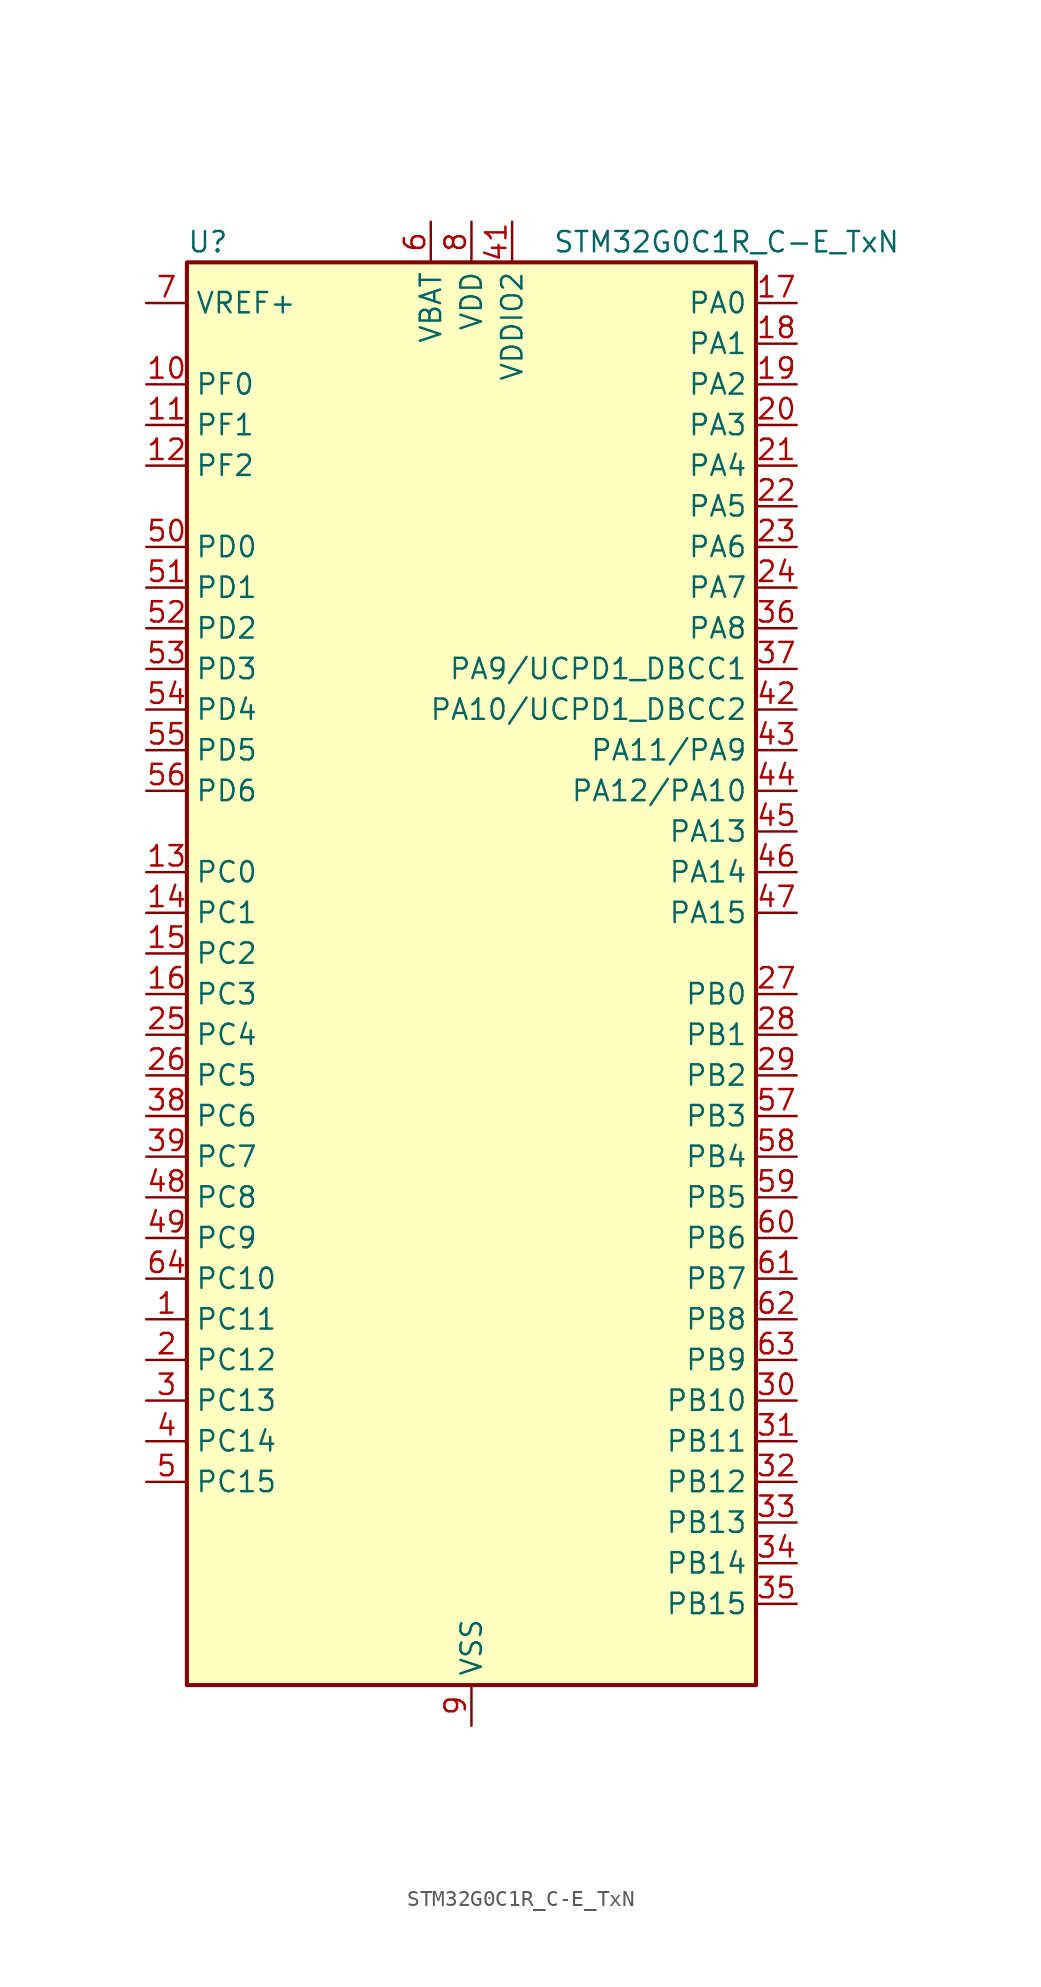
<source format=kicad_sym>
(kicad_symbol_lib
  (version 20220914)
  (generator kicad_symbol_editor)
  (symbol "STM32G0C1R_C-E_TxN"
    (property "Reference" "U"
      (at -17.78 46.99 0)
      (effects (font (size 1.27 1.27)) (justify left)))
    (property "Value" "STM32G0C1R_C-E_TxN"
      (at 5.08 46.99 0)
      (effects (font (size 1.27 1.27)) (justify left)))
    (property "ki_locked" ""
      (at 0 0 0)
      (effects (font (size 1.27 1.27))))
    (symbol "STM32G0C1R_C-E_TxN_0_1"
      (rectangle (start -17.78 -43.18) (end 17.78 45.72) (stroke (width 0.254) (type default)) (fill (type background))))
    (symbol "STM32G0C1R_C-E_TxN_1_1"
      (pin bidirectional line (at -20.32 -20.32 0) (length 2.54) (name "PC11" (effects (font (size 1.27 1.27)))) (number "1" (effects (font (size 1.27 1.27)))) (alternate "ADC1_EXTI11" bidirectional line) (alternate "SPI3_MISO" bidirectional line) (alternate "TIM1_CH4" bidirectional line) (alternate "USART3_RX" bidirectional line) (alternate "USART4_RX" bidirectional line))
      (pin bidirectional line (at -20.32 38.1 0) (length 2.54) (name "PF0" (effects (font (size 1.27 1.27)))) (number "10" (effects (font (size 1.27 1.27)))) (alternate "CRS1_SYNC" bidirectional line) (alternate "RCC_OSC_IN" bidirectional line) (alternate "TIM14_CH1" bidirectional line))
      (pin bidirectional line (at -20.32 35.56 0) (length 2.54) (name "PF1" (effects (font (size 1.27 1.27)))) (number "11" (effects (font (size 1.27 1.27)))) (alternate "RCC_OSC_EN" bidirectional line) (alternate "RCC_OSC_OUT" bidirectional line) (alternate "TIM15_CH1N" bidirectional line))
      (pin bidirectional line (at -20.32 33.02 0) (length 2.54) (name "PF2" (effects (font (size 1.27 1.27)))) (number "12" (effects (font (size 1.27 1.27)))) (alternate "LPUART2_DE" bidirectional line) (alternate "LPUART2_RTS" bidirectional line) (alternate "LPUART2_TX" bidirectional line) (alternate "RCC_MCO" bidirectional line))
      (pin bidirectional line (at -20.32 7.62 0) (length 2.54) (name "PC0" (effects (font (size 1.27 1.27)))) (number "13" (effects (font (size 1.27 1.27)))) (alternate "COMP3_INM" bidirectional line) (alternate "COMP3_OUT" bidirectional line) (alternate "I2C3_SCL" bidirectional line) (alternate "LPTIM1_IN1" bidirectional line) (alternate "LPTIM2_IN1" bidirectional line) (alternate "LPUART1_RX" bidirectional line) (alternate "LPUART2_TX" bidirectional line) (alternate "USART6_TX" bidirectional line))
      (pin bidirectional line (at -20.32 5.08 0) (length 2.54) (name "PC1" (effects (font (size 1.27 1.27)))) (number "14" (effects (font (size 1.27 1.27)))) (alternate "COMP3_INP" bidirectional line) (alternate "I2C3_SDA" bidirectional line) (alternate "LPTIM1_OUT" bidirectional line) (alternate "LPUART1_TX" bidirectional line) (alternate "LPUART2_RX" bidirectional line) (alternate "TIM15_CH1" bidirectional line) (alternate "USART6_RX" bidirectional line))
      (pin bidirectional line (at -20.32 2.54 0) (length 2.54) (name "PC2" (effects (font (size 1.27 1.27)))) (number "15" (effects (font (size 1.27 1.27)))) (alternate "COMP3_OUT" bidirectional line) (alternate "FDCAN2_RX" bidirectional line) (alternate "I2S2_MCK" bidirectional line) (alternate "LPTIM1_IN2" bidirectional line) (alternate "SPI2_MISO" bidirectional line) (alternate "TIM15_CH2" bidirectional line))
      (pin bidirectional line (at -20.32 0 0) (length 2.54) (name "PC3" (effects (font (size 1.27 1.27)))) (number "16" (effects (font (size 1.27 1.27)))) (alternate "FDCAN2_TX" bidirectional line) (alternate "I2S2_SD" bidirectional line) (alternate "LPTIM1_ETR" bidirectional line) (alternate "LPTIM2_ETR" bidirectional line) (alternate "SPI2_MOSI" bidirectional line))
      (pin bidirectional line (at 20.32 43.18 180) (length 2.54) (name "PA0" (effects (font (size 1.27 1.27)))) (number "17" (effects (font (size 1.27 1.27)))) (alternate "ADC1_IN0" bidirectional line) (alternate "COMP1_INM" bidirectional line) (alternate "COMP1_OUT" bidirectional line) (alternate "I2S2_CK" bidirectional line) (alternate "LPTIM1_OUT" bidirectional line) (alternate "RTC_TAMP_IN2" bidirectional line) (alternate "SPI2_SCK" bidirectional line) (alternate "SYS_WKUP1" bidirectional line) (alternate "TIM2_CH1" bidirectional line) (alternate "TIM2_ETR" bidirectional line) (alternate "UCPD2_FRSTX1" bidirectional line) (alternate "UCPD2_FRSTX2" bidirectional line) (alternate "USART2_CTS" bidirectional line) (alternate "USART2_NSS" bidirectional line) (alternate "USART4_TX" bidirectional line))
      (pin bidirectional line (at 20.32 40.64 180) (length 2.54) (name "PA1" (effects (font (size 1.27 1.27)))) (number "18" (effects (font (size 1.27 1.27)))) (alternate "ADC1_IN1" bidirectional line) (alternate "COMP1_INP" bidirectional line) (alternate "I2C1_SMBA" bidirectional line) (alternate "I2S1_CK" bidirectional line) (alternate "SPI1_SCK" bidirectional line) (alternate "TIM15_CH1N" bidirectional line) (alternate "TIM2_CH2" bidirectional line) (alternate "USART2_CK" bidirectional line) (alternate "USART2_DE" bidirectional line) (alternate "USART2_RTS" bidirectional line) (alternate "USART4_RX" bidirectional line))
      (pin bidirectional line (at 20.32 38.1 180) (length 2.54) (name "PA2" (effects (font (size 1.27 1.27)))) (number "19" (effects (font (size 1.27 1.27)))) (alternate "ADC1_IN2" bidirectional line) (alternate "COMP2_INM" bidirectional line) (alternate "COMP2_OUT" bidirectional line) (alternate "I2S1_SD" bidirectional line) (alternate "LPUART1_TX" bidirectional line) (alternate "RCC_LSCO" bidirectional line) (alternate "SPI1_MOSI" bidirectional line) (alternate "SYS_WKUP4" bidirectional line) (alternate "TIM15_CH1" bidirectional line) (alternate "TIM2_CH3" bidirectional line) (alternate "UCPD1_FRSTX1" bidirectional line) (alternate "UCPD1_FRSTX2" bidirectional line) (alternate "USART2_TX" bidirectional line))
      (pin bidirectional line (at -20.32 -22.86 0) (length 2.54) (name "PC12" (effects (font (size 1.27 1.27)))) (number "2" (effects (font (size 1.27 1.27)))) (alternate "LPTIM1_IN1" bidirectional line) (alternate "SPI3_MOSI" bidirectional line) (alternate "TIM14_CH1" bidirectional line) (alternate "UCPD1_FRSTX1" bidirectional line) (alternate "UCPD1_FRSTX2" bidirectional line) (alternate "USART5_TX" bidirectional line))
      (pin bidirectional line (at 20.32 35.56 180) (length 2.54) (name "PA3" (effects (font (size 1.27 1.27)))) (number "20" (effects (font (size 1.27 1.27)))) (alternate "ADC1_IN3" bidirectional line) (alternate "COMP2_INP" bidirectional line) (alternate "I2S2_MCK" bidirectional line) (alternate "LPUART1_RX" bidirectional line) (alternate "SPI2_MISO" bidirectional line) (alternate "TIM15_CH2" bidirectional line) (alternate "TIM2_CH4" bidirectional line) (alternate "UCPD2_FRSTX1" bidirectional line) (alternate "UCPD2_FRSTX2" bidirectional line) (alternate "USART2_RX" bidirectional line))
      (pin bidirectional line (at 20.32 33.02 180) (length 2.54) (name "PA4" (effects (font (size 1.27 1.27)))) (number "21" (effects (font (size 1.27 1.27)))) (alternate "ADC1_IN4" bidirectional line) (alternate "DAC1_OUT1" bidirectional line) (alternate "I2S1_WS" bidirectional line) (alternate "I2S2_SD" bidirectional line) (alternate "LPTIM2_OUT" bidirectional line) (alternate "RTC_OUT2" bidirectional line) (alternate "SPI1_NSS" bidirectional line) (alternate "SPI2_MOSI" bidirectional line) (alternate "SPI3_NSS" bidirectional line) (alternate "TIM14_CH1" bidirectional line) (alternate "UCPD2_FRSTX1" bidirectional line) (alternate "UCPD2_FRSTX2" bidirectional line) (alternate "USART6_TX" bidirectional line) (alternate "USB_NOE" bidirectional line))
      (pin bidirectional line (at 20.32 30.48 180) (length 2.54) (name "PA5" (effects (font (size 1.27 1.27)))) (number "22" (effects (font (size 1.27 1.27)))) (alternate "ADC1_IN5" bidirectional line) (alternate "CEC" bidirectional line) (alternate "DAC1_OUT2" bidirectional line) (alternate "I2S1_CK" bidirectional line) (alternate "LPTIM2_ETR" bidirectional line) (alternate "SPI1_SCK" bidirectional line) (alternate "TIM2_CH1" bidirectional line) (alternate "TIM2_ETR" bidirectional line) (alternate "UCPD1_FRSTX1" bidirectional line) (alternate "UCPD1_FRSTX2" bidirectional line) (alternate "USART3_TX" bidirectional line) (alternate "USART6_RX" bidirectional line))
      (pin bidirectional line (at 20.32 27.94 180) (length 2.54) (name "PA6" (effects (font (size 1.27 1.27)))) (number "23" (effects (font (size 1.27 1.27)))) (alternate "ADC1_IN6" bidirectional line) (alternate "COMP1_OUT" bidirectional line) (alternate "I2C2_SDA" bidirectional line) (alternate "I2C3_SDA" bidirectional line) (alternate "I2S1_MCK" bidirectional line) (alternate "LPUART1_CTS" bidirectional line) (alternate "SPI1_MISO" bidirectional line) (alternate "TIM16_CH1" bidirectional line) (alternate "TIM1_BK" bidirectional line) (alternate "TIM3_CH1" bidirectional line) (alternate "USART3_CTS" bidirectional line) (alternate "USART3_NSS" bidirectional line) (alternate "USART6_CTS" bidirectional line) (alternate "USART6_NSS" bidirectional line))
      (pin bidirectional line (at 20.32 25.4 180) (length 2.54) (name "PA7" (effects (font (size 1.27 1.27)))) (number "24" (effects (font (size 1.27 1.27)))) (alternate "ADC1_IN7" bidirectional line) (alternate "COMP2_OUT" bidirectional line) (alternate "I2C2_SCL" bidirectional line) (alternate "I2C3_SCL" bidirectional line) (alternate "I2S1_SD" bidirectional line) (alternate "SPI1_MOSI" bidirectional line) (alternate "TIM14_CH1" bidirectional line) (alternate "TIM17_CH1" bidirectional line) (alternate "TIM1_CH1N" bidirectional line) (alternate "TIM3_CH2" bidirectional line) (alternate "UCPD1_FRSTX1" bidirectional line) (alternate "UCPD1_FRSTX2" bidirectional line) (alternate "USART6_CK" bidirectional line) (alternate "USART6_DE" bidirectional line) (alternate "USART6_RTS" bidirectional line))
      (pin bidirectional line (at -20.32 -2.54 0) (length 2.54) (name "PC4" (effects (font (size 1.27 1.27)))) (number "25" (effects (font (size 1.27 1.27)))) (alternate "ADC1_IN17" bidirectional line) (alternate "COMP1_INM" bidirectional line) (alternate "FDCAN1_RX" bidirectional line) (alternate "TIM2_CH1" bidirectional line) (alternate "TIM2_ETR" bidirectional line) (alternate "USART1_TX" bidirectional line) (alternate "USART3_TX" bidirectional line))
      (pin bidirectional line (at -20.32 -5.08 0) (length 2.54) (name "PC5" (effects (font (size 1.27 1.27)))) (number "26" (effects (font (size 1.27 1.27)))) (alternate "ADC1_IN18" bidirectional line) (alternate "COMP1_INP" bidirectional line) (alternate "FDCAN1_TX" bidirectional line) (alternate "SYS_WKUP5" bidirectional line) (alternate "TIM2_CH2" bidirectional line) (alternate "USART1_RX" bidirectional line) (alternate "USART3_RX" bidirectional line))
      (pin bidirectional line (at 20.32 0 180) (length 2.54) (name "PB0" (effects (font (size 1.27 1.27)))) (number "27" (effects (font (size 1.27 1.27)))) (alternate "ADC1_IN8" bidirectional line) (alternate "COMP1_OUT" bidirectional line) (alternate "COMP3_INP" bidirectional line) (alternate "FDCAN2_RX" bidirectional line) (alternate "I2S1_WS" bidirectional line) (alternate "LPTIM1_OUT" bidirectional line) (alternate "LPUART2_CTS" bidirectional line) (alternate "SPI1_NSS" bidirectional line) (alternate "TIM1_CH2N" bidirectional line) (alternate "TIM3_CH3" bidirectional line) (alternate "UCPD1_FRSTX1" bidirectional line) (alternate "UCPD1_FRSTX2" bidirectional line) (alternate "USART3_RX" bidirectional line) (alternate "USART5_TX" bidirectional line))
      (pin bidirectional line (at 20.32 -2.54 180) (length 2.54) (name "PB1" (effects (font (size 1.27 1.27)))) (number "28" (effects (font (size 1.27 1.27)))) (alternate "ADC1_IN9" bidirectional line) (alternate "COMP1_INM" bidirectional line) (alternate "COMP3_OUT" bidirectional line) (alternate "FDCAN2_TX" bidirectional line) (alternate "LPTIM2_IN1" bidirectional line) (alternate "LPUART1_DE" bidirectional line) (alternate "LPUART1_RTS" bidirectional line) (alternate "LPUART2_DE" bidirectional line) (alternate "LPUART2_RTS" bidirectional line) (alternate "TIM14_CH1" bidirectional line) (alternate "TIM1_CH3N" bidirectional line) (alternate "TIM3_CH4" bidirectional line) (alternate "USART3_CK" bidirectional line) (alternate "USART3_DE" bidirectional line) (alternate "USART3_RTS" bidirectional line) (alternate "USART5_RX" bidirectional line))
      (pin bidirectional line (at 20.32 -5.08 180) (length 2.54) (name "PB2" (effects (font (size 1.27 1.27)))) (number "29" (effects (font (size 1.27 1.27)))) (alternate "ADC1_IN10" bidirectional line) (alternate "COMP1_INP" bidirectional line) (alternate "COMP3_INM" bidirectional line) (alternate "I2S2_MCK" bidirectional line) (alternate "LPTIM1_OUT" bidirectional line) (alternate "RCC_MCO_2" bidirectional line) (alternate "SPI2_MISO" bidirectional line) (alternate "USART3_TX" bidirectional line))
      (pin bidirectional line (at -20.32 -25.4 0) (length 2.54) (name "PC13" (effects (font (size 1.27 1.27)))) (number "3" (effects (font (size 1.27 1.27)))) (alternate "RTC_OUT1" bidirectional line) (alternate "RTC_TAMP_IN1" bidirectional line) (alternate "RTC_TS" bidirectional line) (alternate "SYS_WKUP2" bidirectional line) (alternate "TIM1_BK" bidirectional line))
      (pin bidirectional line (at 20.32 -25.4 180) (length 2.54) (name "PB10" (effects (font (size 1.27 1.27)))) (number "30" (effects (font (size 1.27 1.27)))) (alternate "ADC1_IN11" bidirectional line) (alternate "CEC" bidirectional line) (alternate "COMP1_OUT" bidirectional line) (alternate "I2C2_SCL" bidirectional line) (alternate "I2S2_CK" bidirectional line) (alternate "LPUART1_RX" bidirectional line) (alternate "SPI2_SCK" bidirectional line) (alternate "TIM2_CH3" bidirectional line) (alternate "USART3_TX" bidirectional line))
      (pin bidirectional line (at 20.32 -27.94 180) (length 2.54) (name "PB11" (effects (font (size 1.27 1.27)))) (number "31" (effects (font (size 1.27 1.27)))) (alternate "ADC1_EXTI11" bidirectional line) (alternate "ADC1_IN15" bidirectional line) (alternate "COMP2_OUT" bidirectional line) (alternate "I2C2_SDA" bidirectional line) (alternate "I2S2_SD" bidirectional line) (alternate "LPUART1_TX" bidirectional line) (alternate "SPI2_MOSI" bidirectional line) (alternate "TIM2_CH4" bidirectional line) (alternate "USART3_RX" bidirectional line))
      (pin bidirectional line (at 20.32 -30.48 180) (length 2.54) (name "PB12" (effects (font (size 1.27 1.27)))) (number "32" (effects (font (size 1.27 1.27)))) (alternate "ADC1_IN16" bidirectional line) (alternate "FDCAN2_RX" bidirectional line) (alternate "I2C2_SMBA" bidirectional line) (alternate "I2S2_WS" bidirectional line) (alternate "LPUART1_DE" bidirectional line) (alternate "LPUART1_RTS" bidirectional line) (alternate "SPI2_NSS" bidirectional line) (alternate "TIM15_BK" bidirectional line) (alternate "TIM1_BK" bidirectional line) (alternate "UCPD2_FRSTX1" bidirectional line) (alternate "UCPD2_FRSTX2" bidirectional line))
      (pin bidirectional line (at 20.32 -33.02 180) (length 2.54) (name "PB13" (effects (font (size 1.27 1.27)))) (number "33" (effects (font (size 1.27 1.27)))) (alternate "FDCAN2_TX" bidirectional line) (alternate "I2C2_SCL" bidirectional line) (alternate "I2S2_CK" bidirectional line) (alternate "LPUART1_CTS" bidirectional line) (alternate "SPI2_SCK" bidirectional line) (alternate "TIM15_CH1N" bidirectional line) (alternate "TIM1_CH1N" bidirectional line) (alternate "USART3_CTS" bidirectional line) (alternate "USART3_NSS" bidirectional line))
      (pin bidirectional line (at 20.32 -35.56 180) (length 2.54) (name "PB14" (effects (font (size 1.27 1.27)))) (number "34" (effects (font (size 1.27 1.27)))) (alternate "I2C2_SDA" bidirectional line) (alternate "I2S2_MCK" bidirectional line) (alternate "SPI2_MISO" bidirectional line) (alternate "TIM15_CH1" bidirectional line) (alternate "TIM1_CH2N" bidirectional line) (alternate "UCPD1_FRSTX1" bidirectional line) (alternate "UCPD1_FRSTX2" bidirectional line) (alternate "USART3_CK" bidirectional line) (alternate "USART3_DE" bidirectional line) (alternate "USART3_RTS" bidirectional line) (alternate "USART6_CK" bidirectional line) (alternate "USART6_DE" bidirectional line) (alternate "USART6_RTS" bidirectional line))
      (pin bidirectional line (at 20.32 -38.1 180) (length 2.54) (name "PB15" (effects (font (size 1.27 1.27)))) (number "35" (effects (font (size 1.27 1.27)))) (alternate "I2S2_SD" bidirectional line) (alternate "RTC_REFIN" bidirectional line) (alternate "SPI2_MOSI" bidirectional line) (alternate "TIM15_CH1N" bidirectional line) (alternate "TIM15_CH2" bidirectional line) (alternate "TIM1_CH3N" bidirectional line) (alternate "UCPD1_CC2" bidirectional line) (alternate "USART6_CTS" bidirectional line) (alternate "USART6_NSS" bidirectional line))
      (pin bidirectional line (at 20.32 22.86 180) (length 2.54) (name "PA8" (effects (font (size 1.27 1.27)))) (number "36" (effects (font (size 1.27 1.27)))) (alternate "CRS1_SYNC" bidirectional line) (alternate "I2C2_SMBA" bidirectional line) (alternate "I2S2_WS" bidirectional line) (alternate "LPTIM2_OUT" bidirectional line) (alternate "RCC_MCO" bidirectional line) (alternate "SPI2_NSS" bidirectional line) (alternate "TIM1_CH1" bidirectional line) (alternate "UCPD1_CC1" bidirectional line))
      (pin bidirectional line (at 20.32 20.32 180) (length 2.54) (name "PA9/UCPD1_DBCC1" (effects (font (size 1.27 1.27)))) (number "37" (effects (font (size 1.27 1.27)))) (alternate "DAC1_EXTI9" bidirectional line) (alternate "I2C1_SCL" bidirectional line) (alternate "I2C2_SCL" bidirectional line) (alternate "I2S2_MCK" bidirectional line) (alternate "RCC_MCO" bidirectional line) (alternate "SPI2_MISO" bidirectional line) (alternate "TIM15_BK" bidirectional line) (alternate "TIM1_CH2" bidirectional line) (alternate "UCPD1_DBCC1" bidirectional line) (alternate "USART1_TX" bidirectional line))
      (pin bidirectional line (at -20.32 -7.62 0) (length 2.54) (name "PC6" (effects (font (size 1.27 1.27)))) (number "38" (effects (font (size 1.27 1.27)))) (alternate "LPUART2_TX" bidirectional line) (alternate "TIM2_CH3" bidirectional line) (alternate "TIM3_CH1" bidirectional line) (alternate "UCPD1_FRSTX1" bidirectional line) (alternate "UCPD1_FRSTX2" bidirectional line))
      (pin bidirectional line (at -20.32 -10.16 0) (length 2.54) (name "PC7" (effects (font (size 1.27 1.27)))) (number "39" (effects (font (size 1.27 1.27)))) (alternate "LPUART2_RX" bidirectional line) (alternate "TIM2_CH4" bidirectional line) (alternate "TIM3_CH2" bidirectional line) (alternate "UCPD2_FRSTX1" bidirectional line) (alternate "UCPD2_FRSTX2" bidirectional line))
      (pin bidirectional line (at -20.32 -27.94 0) (length 2.54) (name "PC14" (effects (font (size 1.27 1.27)))) (number "4" (effects (font (size 1.27 1.27)))) (alternate "RCC_OSC32_IN" bidirectional line) (alternate "TIM1_BK2" bidirectional line))
      (pin passive line (at 0 -45.72 90) (length 2.54) hide (name "VSS" (effects (font (size 1.27 1.27)))) (number "40" (effects (font (size 1.27 1.27)))))
      (pin power_in line (at 2.54 48.26 270) (length 2.54) (name "VDDIO2" (effects (font (size 1.27 1.27)))) (number "41" (effects (font (size 1.27 1.27)))))
      (pin bidirectional line (at 20.32 17.78 180) (length 2.54) (name "PA10/UCPD1_DBCC2" (effects (font (size 1.27 1.27)))) (number "42" (effects (font (size 1.27 1.27)))) (alternate "I2C1_SDA" bidirectional line) (alternate "I2C2_SDA" bidirectional line) (alternate "I2S2_SD" bidirectional line) (alternate "RCC_MCO_2" bidirectional line) (alternate "SPI2_MOSI" bidirectional line) (alternate "TIM17_BK" bidirectional line) (alternate "TIM1_CH3" bidirectional line) (alternate "UCPD1_DBCC2" bidirectional line) (alternate "USART1_RX" bidirectional line))
      (pin bidirectional line (at 20.32 15.24 180) (length 2.54) (name "PA11/PA9" (effects (font (size 1.27 1.27)))) (number "43" (effects (font (size 1.27 1.27)))) (alternate "ADC1_EXTI11" bidirectional line) (alternate "COMP1_OUT" bidirectional line) (alternate "FDCAN1_RX" bidirectional line) (alternate "I2C2_SCL" bidirectional line) (alternate "I2S1_MCK" bidirectional line) (alternate "SPI1_MISO" bidirectional line) (alternate "TIM1_BK2" bidirectional line) (alternate "TIM1_CH4" bidirectional line) (alternate "USART1_CTS" bidirectional line) (alternate "USART1_NSS" bidirectional line) (alternate "USB_DM" bidirectional line))
      (pin bidirectional line (at 20.32 12.7 180) (length 2.54) (name "PA12/PA10" (effects (font (size 1.27 1.27)))) (number "44" (effects (font (size 1.27 1.27)))) (alternate "COMP2_OUT" bidirectional line) (alternate "FDCAN1_TX" bidirectional line) (alternate "I2C2_SDA" bidirectional line) (alternate "I2S1_SD" bidirectional line) (alternate "I2S_CKIN" bidirectional line) (alternate "SPI1_MOSI" bidirectional line) (alternate "TIM1_ETR" bidirectional line) (alternate "USART1_CK" bidirectional line) (alternate "USART1_DE" bidirectional line) (alternate "USART1_RTS" bidirectional line) (alternate "USB_DP" bidirectional line))
      (pin bidirectional line (at 20.32 10.16 180) (length 2.54) (name "PA13" (effects (font (size 1.27 1.27)))) (number "45" (effects (font (size 1.27 1.27)))) (alternate "IR_OUT" bidirectional line) (alternate "LPUART2_RX" bidirectional line) (alternate "SYS_SWDIO" bidirectional line) (alternate "USB_NOE" bidirectional line))
      (pin bidirectional line (at 20.32 7.62 180) (length 2.54) (name "PA14" (effects (font (size 1.27 1.27)))) (number "46" (effects (font (size 1.27 1.27)))) (alternate "LPUART2_TX" bidirectional line) (alternate "SYS_SWCLK" bidirectional line) (alternate "USART2_TX" bidirectional line))
      (pin bidirectional line (at 20.32 5.08 180) (length 2.54) (name "PA15" (effects (font (size 1.27 1.27)))) (number "47" (effects (font (size 1.27 1.27)))) (alternate "I2C2_SMBA" bidirectional line) (alternate "I2S1_WS" bidirectional line) (alternate "RCC_MCO_2" bidirectional line) (alternate "SPI1_NSS" bidirectional line) (alternate "SPI3_NSS" bidirectional line) (alternate "TIM2_CH1" bidirectional line) (alternate "TIM2_ETR" bidirectional line) (alternate "USART2_RX" bidirectional line) (alternate "USART3_CK" bidirectional line) (alternate "USART3_DE" bidirectional line) (alternate "USART3_RTS" bidirectional line) (alternate "USART4_CK" bidirectional line) (alternate "USART4_DE" bidirectional line) (alternate "USART4_RTS" bidirectional line) (alternate "USB_NOE" bidirectional line))
      (pin bidirectional line (at -20.32 -12.7 0) (length 2.54) (name "PC8" (effects (font (size 1.27 1.27)))) (number "48" (effects (font (size 1.27 1.27)))) (alternate "LPUART2_CTS" bidirectional line) (alternate "TIM1_CH1" bidirectional line) (alternate "TIM3_CH3" bidirectional line) (alternate "UCPD2_FRSTX1" bidirectional line) (alternate "UCPD2_FRSTX2" bidirectional line))
      (pin bidirectional line (at -20.32 -15.24 0) (length 2.54) (name "PC9" (effects (font (size 1.27 1.27)))) (number "49" (effects (font (size 1.27 1.27)))) (alternate "DAC1_EXTI9" bidirectional line) (alternate "I2S_CKIN" bidirectional line) (alternate "LPUART2_DE" bidirectional line) (alternate "LPUART2_RTS" bidirectional line) (alternate "TIM1_CH2" bidirectional line) (alternate "TIM3_CH4" bidirectional line) (alternate "USB_NOE" bidirectional line))
      (pin bidirectional line (at -20.32 -30.48 0) (length 2.54) (name "PC15" (effects (font (size 1.27 1.27)))) (number "5" (effects (font (size 1.27 1.27)))) (alternate "RCC_OSC32_EN" bidirectional line) (alternate "RCC_OSC32_OUT" bidirectional line) (alternate "RCC_OSC_EN" bidirectional line) (alternate "TIM15_BK" bidirectional line))
      (pin bidirectional line (at -20.32 27.94 0) (length 2.54) (name "PD0" (effects (font (size 1.27 1.27)))) (number "50" (effects (font (size 1.27 1.27)))) (alternate "FDCAN1_RX" bidirectional line) (alternate "I2S2_WS" bidirectional line) (alternate "SPI2_NSS" bidirectional line) (alternate "TIM16_CH1" bidirectional line) (alternate "UCPD2_CC1" bidirectional line))
      (pin bidirectional line (at -20.32 25.4 0) (length 2.54) (name "PD1" (effects (font (size 1.27 1.27)))) (number "51" (effects (font (size 1.27 1.27)))) (alternate "FDCAN1_TX" bidirectional line) (alternate "I2S2_CK" bidirectional line) (alternate "SPI2_SCK" bidirectional line) (alternate "TIM17_CH1" bidirectional line) (alternate "UCPD2_DBCC1" bidirectional line))
      (pin bidirectional line (at -20.32 22.86 0) (length 2.54) (name "PD2" (effects (font (size 1.27 1.27)))) (number "52" (effects (font (size 1.27 1.27)))) (alternate "TIM1_CH1N" bidirectional line) (alternate "TIM3_ETR" bidirectional line) (alternate "UCPD2_CC2" bidirectional line) (alternate "USART3_CK" bidirectional line) (alternate "USART3_DE" bidirectional line) (alternate "USART3_RTS" bidirectional line) (alternate "USART5_RX" bidirectional line))
      (pin bidirectional line (at -20.32 20.32 0) (length 2.54) (name "PD3" (effects (font (size 1.27 1.27)))) (number "53" (effects (font (size 1.27 1.27)))) (alternate "I2S2_MCK" bidirectional line) (alternate "SPI2_MISO" bidirectional line) (alternate "TIM1_CH2N" bidirectional line) (alternate "UCPD2_DBCC2" bidirectional line) (alternate "USART2_CTS" bidirectional line) (alternate "USART2_NSS" bidirectional line) (alternate "USART5_TX" bidirectional line))
      (pin bidirectional line (at -20.32 17.78 0) (length 2.54) (name "PD4" (effects (font (size 1.27 1.27)))) (number "54" (effects (font (size 1.27 1.27)))) (alternate "I2S2_SD" bidirectional line) (alternate "SPI2_MOSI" bidirectional line) (alternate "TIM1_CH3N" bidirectional line) (alternate "USART2_CK" bidirectional line) (alternate "USART2_DE" bidirectional line) (alternate "USART2_RTS" bidirectional line) (alternate "USART5_CK" bidirectional line) (alternate "USART5_DE" bidirectional line) (alternate "USART5_RTS" bidirectional line))
      (pin bidirectional line (at -20.32 15.24 0) (length 2.54) (name "PD5" (effects (font (size 1.27 1.27)))) (number "55" (effects (font (size 1.27 1.27)))) (alternate "I2S1_MCK" bidirectional line) (alternate "SPI1_MISO" bidirectional line) (alternate "TIM1_BK" bidirectional line) (alternate "USART2_TX" bidirectional line) (alternate "USART5_CTS" bidirectional line) (alternate "USART5_NSS" bidirectional line))
      (pin bidirectional line (at -20.32 12.7 0) (length 2.54) (name "PD6" (effects (font (size 1.27 1.27)))) (number "56" (effects (font (size 1.27 1.27)))) (alternate "I2S1_SD" bidirectional line) (alternate "LPTIM2_OUT" bidirectional line) (alternate "SPI1_MOSI" bidirectional line) (alternate "USART2_RX" bidirectional line))
      (pin bidirectional line (at 20.32 -7.62 180) (length 2.54) (name "PB3" (effects (font (size 1.27 1.27)))) (number "57" (effects (font (size 1.27 1.27)))) (alternate "COMP2_INM" bidirectional line) (alternate "I2C2_SCL" bidirectional line) (alternate "I2C3_SCL" bidirectional line) (alternate "I2S1_CK" bidirectional line) (alternate "SPI1_SCK" bidirectional line) (alternate "SPI3_SCK" bidirectional line) (alternate "TIM1_CH2" bidirectional line) (alternate "TIM2_CH2" bidirectional line) (alternate "USART1_CK" bidirectional line) (alternate "USART1_DE" bidirectional line) (alternate "USART1_RTS" bidirectional line) (alternate "USART5_TX" bidirectional line))
      (pin bidirectional line (at 20.32 -10.16 180) (length 2.54) (name "PB4" (effects (font (size 1.27 1.27)))) (number "58" (effects (font (size 1.27 1.27)))) (alternate "COMP2_INP" bidirectional line) (alternate "I2C2_SDA" bidirectional line) (alternate "I2C3_SDA" bidirectional line) (alternate "I2S1_MCK" bidirectional line) (alternate "SPI1_MISO" bidirectional line) (alternate "SPI3_MISO" bidirectional line) (alternate "TIM17_BK" bidirectional line) (alternate "TIM3_CH1" bidirectional line) (alternate "USART1_CTS" bidirectional line) (alternate "USART1_NSS" bidirectional line) (alternate "USART5_RX" bidirectional line))
      (pin bidirectional line (at 20.32 -12.7 180) (length 2.54) (name "PB5" (effects (font (size 1.27 1.27)))) (number "59" (effects (font (size 1.27 1.27)))) (alternate "COMP2_OUT" bidirectional line) (alternate "FDCAN2_RX" bidirectional line) (alternate "I2C1_SMBA" bidirectional line) (alternate "I2S1_SD" bidirectional line) (alternate "LPTIM1_IN1" bidirectional line) (alternate "SPI1_MOSI" bidirectional line) (alternate "SPI3_MOSI" bidirectional line) (alternate "SYS_WKUP6" bidirectional line) (alternate "TIM16_BK" bidirectional line) (alternate "TIM3_CH2" bidirectional line) (alternate "USART5_CK" bidirectional line) (alternate "USART5_DE" bidirectional line) (alternate "USART5_RTS" bidirectional line))
      (pin power_in line (at -2.54 48.26 270) (length 2.54) (name "VBAT" (effects (font (size 1.27 1.27)))) (number "6" (effects (font (size 1.27 1.27)))))
      (pin bidirectional line (at 20.32 -15.24 180) (length 2.54) (name "PB6" (effects (font (size 1.27 1.27)))) (number "60" (effects (font (size 1.27 1.27)))) (alternate "COMP2_INP" bidirectional line) (alternate "FDCAN2_TX" bidirectional line) (alternate "I2C1_SCL" bidirectional line) (alternate "I2S2_MCK" bidirectional line) (alternate "LPTIM1_ETR" bidirectional line) (alternate "LPUART2_TX" bidirectional line) (alternate "SPI2_MISO" bidirectional line) (alternate "TIM16_CH1N" bidirectional line) (alternate "TIM1_CH3" bidirectional line) (alternate "TIM4_CH1" bidirectional line) (alternate "USART1_TX" bidirectional line) (alternate "USART5_CTS" bidirectional line) (alternate "USART5_NSS" bidirectional line))
      (pin bidirectional line (at 20.32 -17.78 180) (length 2.54) (name "PB7" (effects (font (size 1.27 1.27)))) (number "61" (effects (font (size 1.27 1.27)))) (alternate "COMP2_INM" bidirectional line) (alternate "I2C1_SDA" bidirectional line) (alternate "I2S2_SD" bidirectional line) (alternate "LPTIM1_IN2" bidirectional line) (alternate "LPUART2_RX" bidirectional line) (alternate "SPI2_MOSI" bidirectional line) (alternate "SYS_PVD_IN" bidirectional line) (alternate "TIM17_CH1N" bidirectional line) (alternate "TIM4_CH2" bidirectional line) (alternate "USART1_RX" bidirectional line) (alternate "USART4_CTS" bidirectional line) (alternate "USART4_NSS" bidirectional line))
      (pin bidirectional line (at 20.32 -20.32 180) (length 2.54) (name "PB8" (effects (font (size 1.27 1.27)))) (number "62" (effects (font (size 1.27 1.27)))) (alternate "CEC" bidirectional line) (alternate "FDCAN1_RX" bidirectional line) (alternate "I2C1_SCL" bidirectional line) (alternate "I2S2_CK" bidirectional line) (alternate "SPI2_SCK" bidirectional line) (alternate "TIM15_BK" bidirectional line) (alternate "TIM16_CH1" bidirectional line) (alternate "TIM4_CH3" bidirectional line) (alternate "USART3_TX" bidirectional line) (alternate "USART6_TX" bidirectional line))
      (pin bidirectional line (at 20.32 -22.86 180) (length 2.54) (name "PB9" (effects (font (size 1.27 1.27)))) (number "63" (effects (font (size 1.27 1.27)))) (alternate "DAC1_EXTI9" bidirectional line) (alternate "FDCAN1_TX" bidirectional line) (alternate "I2C1_SDA" bidirectional line) (alternate "I2S2_WS" bidirectional line) (alternate "IR_OUT" bidirectional line) (alternate "SPI2_NSS" bidirectional line) (alternate "TIM17_CH1" bidirectional line) (alternate "TIM4_CH4" bidirectional line) (alternate "UCPD2_FRSTX1" bidirectional line) (alternate "UCPD2_FRSTX2" bidirectional line) (alternate "USART3_RX" bidirectional line) (alternate "USART6_RX" bidirectional line))
      (pin bidirectional line (at -20.32 -17.78 0) (length 2.54) (name "PC10" (effects (font (size 1.27 1.27)))) (number "64" (effects (font (size 1.27 1.27)))) (alternate "SPI3_SCK" bidirectional line) (alternate "TIM1_CH3" bidirectional line) (alternate "USART3_TX" bidirectional line) (alternate "USART4_TX" bidirectional line))
      (pin input line (at -20.32 43.18 0) (length 2.54) (name "VREF+" (effects (font (size 1.27 1.27)))) (number "7" (effects (font (size 1.27 1.27)))) (alternate "VREFBUF_OUT" bidirectional line))
      (pin power_in line (at 0 48.26 270) (length 2.54) (name "VDD" (effects (font (size 1.27 1.27)))) (number "8" (effects (font (size 1.27 1.27)))))
      (pin power_in line (at 0 -45.72 90) (length 2.54) (name "VSS" (effects (font (size 1.27 1.27)))) (number "9" (effects (font (size 1.27 1.27))))))))
</source>
